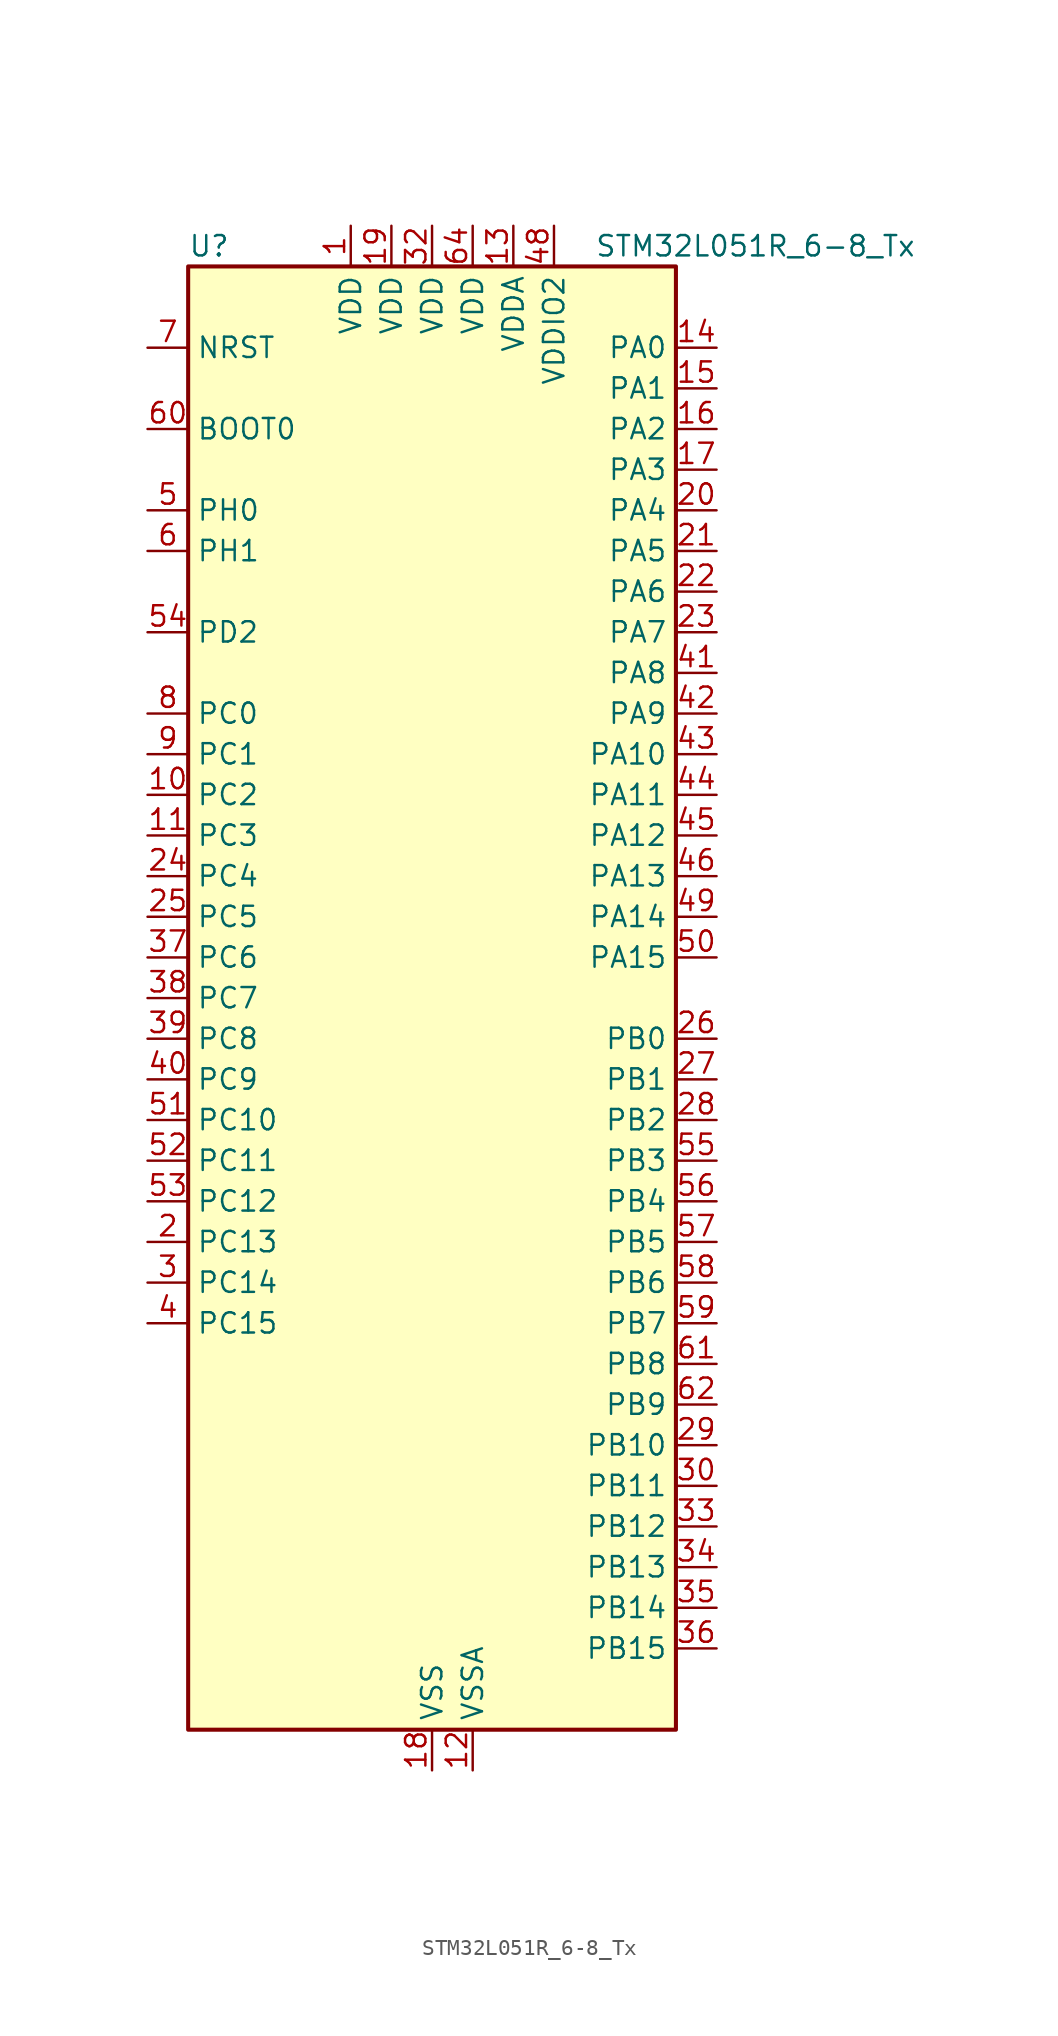
<source format=kicad_sym>
(kicad_symbol_lib
  (version 20241209)
  (generator "kicad_symbol_editor")
  (generator_version "9.0")
  (symbol "STM32L051R_6-8_Tx"
    (property "Reference" "U"
      (at -15.24 46.99 0)
      (effects (font (size 1.27 1.27)) (justify left)))
    (property "Value" "STM32L051R_6-8_Tx"
      (at 10.16 46.99 0)
      (effects (font (size 1.27 1.27)) (justify left)))
    (symbol "STM32L051R_6-8_Tx_0_1"
      (rectangle (start -15.24 -45.72) (end 15.24 45.72) (stroke (width 0.254) (type default)) (fill (type background))))
    (symbol "STM32L051R_6-8_Tx_1_1"
      (pin input line (at -17.78 40.64 0) (length 2.54) (name "NRST" (effects (font (size 1.27 1.27)))) (number "7" (effects (font (size 1.27 1.27)))))
      (pin input line (at -17.78 35.56 0) (length 2.54) (name "BOOT0" (effects (font (size 1.27 1.27)))) (number "60" (effects (font (size 1.27 1.27)))))
      (pin bidirectional line (at -17.78 30.48 0) (length 2.54) (name "PH0" (effects (font (size 1.27 1.27)))) (number "5" (effects (font (size 1.27 1.27)))) (alternate "RCC_OSC_IN" bidirectional line))
      (pin bidirectional line (at -17.78 27.94 0) (length 2.54) (name "PH1" (effects (font (size 1.27 1.27)))) (number "6" (effects (font (size 1.27 1.27)))) (alternate "RCC_OSC_OUT" bidirectional line))
      (pin bidirectional line (at -17.78 22.86 0) (length 2.54) (name "PD2" (effects (font (size 1.27 1.27)))) (number "54" (effects (font (size 1.27 1.27)))) (alternate "LPUART1_DE" bidirectional line) (alternate "LPUART1_RTS" bidirectional line))
      (pin bidirectional line (at -17.78 17.78 0) (length 2.54) (name "PC0" (effects (font (size 1.27 1.27)))) (number "8" (effects (font (size 1.27 1.27)))) (alternate "ADC_IN10" bidirectional line) (alternate "LPTIM1_IN1" bidirectional line))
      (pin bidirectional line (at -17.78 15.24 0) (length 2.54) (name "PC1" (effects (font (size 1.27 1.27)))) (number "9" (effects (font (size 1.27 1.27)))) (alternate "ADC_IN11" bidirectional line) (alternate "LPTIM1_OUT" bidirectional line))
      (pin bidirectional line (at -17.78 12.7 0) (length 2.54) (name "PC2" (effects (font (size 1.27 1.27)))) (number "10" (effects (font (size 1.27 1.27)))) (alternate "ADC_IN12" bidirectional line) (alternate "I2S2_MCK" bidirectional line) (alternate "LPTIM1_IN2" bidirectional line) (alternate "SPI2_MISO" bidirectional line))
      (pin bidirectional line (at -17.78 10.16 0) (length 2.54) (name "PC3" (effects (font (size 1.27 1.27)))) (number "11" (effects (font (size 1.27 1.27)))) (alternate "ADC_IN13" bidirectional line) (alternate "I2S2_SD" bidirectional line) (alternate "LPTIM1_ETR" bidirectional line) (alternate "SPI2_MOSI" bidirectional line))
      (pin bidirectional line (at -17.78 7.62 0) (length 2.54) (name "PC4" (effects (font (size 1.27 1.27)))) (number "24" (effects (font (size 1.27 1.27)))) (alternate "ADC_IN14" bidirectional line) (alternate "LPUART1_TX" bidirectional line))
      (pin bidirectional line (at -17.78 5.08 0) (length 2.54) (name "PC5" (effects (font (size 1.27 1.27)))) (number "25" (effects (font (size 1.27 1.27)))) (alternate "ADC_IN15" bidirectional line) (alternate "LPUART1_RX" bidirectional line))
      (pin bidirectional line (at -17.78 2.54 0) (length 2.54) (name "PC6" (effects (font (size 1.27 1.27)))) (number "37" (effects (font (size 1.27 1.27)))) (alternate "TIM22_CH1" bidirectional line))
      (pin bidirectional line (at -17.78 0 0) (length 2.54) (name "PC7" (effects (font (size 1.27 1.27)))) (number "38" (effects (font (size 1.27 1.27)))) (alternate "TIM22_CH2" bidirectional line))
      (pin bidirectional line (at -17.78 -2.54 0) (length 2.54) (name "PC8" (effects (font (size 1.27 1.27)))) (number "39" (effects (font (size 1.27 1.27)))) (alternate "TIM22_ETR" bidirectional line))
      (pin bidirectional line (at -17.78 -5.08 0) (length 2.54) (name "PC9" (effects (font (size 1.27 1.27)))) (number "40" (effects (font (size 1.27 1.27)))) (alternate "TIM21_ETR" bidirectional line))
      (pin bidirectional line (at -17.78 -7.62 0) (length 2.54) (name "PC10" (effects (font (size 1.27 1.27)))) (number "51" (effects (font (size 1.27 1.27)))) (alternate "LPUART1_TX" bidirectional line))
      (pin bidirectional line (at -17.78 -10.16 0) (length 2.54) (name "PC11" (effects (font (size 1.27 1.27)))) (number "52" (effects (font (size 1.27 1.27)))) (alternate "ADC_EXTI11" bidirectional line) (alternate "LPUART1_RX" bidirectional line))
      (pin bidirectional line (at -17.78 -12.7 0) (length 2.54) (name "PC12" (effects (font (size 1.27 1.27)))) (number "53" (effects (font (size 1.27 1.27)))))
      (pin bidirectional line (at -17.78 -15.24 0) (length 2.54) (name "PC13" (effects (font (size 1.27 1.27)))) (number "2" (effects (font (size 1.27 1.27)))) (alternate "RTC_OUT_ALARM" bidirectional line) (alternate "RTC_OUT_CALIB" bidirectional line) (alternate "RTC_TAMP1" bidirectional line) (alternate "RTC_TS" bidirectional line) (alternate "SYS_WKUP2" bidirectional line))
      (pin bidirectional line (at -17.78 -17.78 0) (length 2.54) (name "PC14" (effects (font (size 1.27 1.27)))) (number "3" (effects (font (size 1.27 1.27)))) (alternate "RCC_OSC32_IN" bidirectional line))
      (pin bidirectional line (at -17.78 -20.32 0) (length 2.54) (name "PC15" (effects (font (size 1.27 1.27)))) (number "4" (effects (font (size 1.27 1.27)))) (alternate "RCC_OSC32_OUT" bidirectional line))
      (pin power_in line (at -5.08 48.26 270) (length 2.54) (name "VDD" (effects (font (size 1.27 1.27)))) (number "1" (effects (font (size 1.27 1.27)))))
      (pin power_in line (at -2.54 48.26 270) (length 2.54) (name "VDD" (effects (font (size 1.27 1.27)))) (number "19" (effects (font (size 1.27 1.27)))))
      (pin power_in line (at 0 48.26 270) (length 2.54) (name "VDD" (effects (font (size 1.27 1.27)))) (number "32" (effects (font (size 1.27 1.27)))))
      (pin power_in line (at 0 -48.26 90) (length 2.54) (name "VSS" (effects (font (size 1.27 1.27)))) (number "18" (effects (font (size 1.27 1.27)))))
      (pin passive line (at 0 -48.26 90) (length 2.54) (hide yes) (name "VSS" (effects (font (size 1.27 1.27)))) (number "31" (effects (font (size 1.27 1.27)))))
      (pin passive line (at 0 -48.26 90) (length 2.54) (hide yes) (name "VSS" (effects (font (size 1.27 1.27)))) (number "47" (effects (font (size 1.27 1.27)))))
      (pin passive line (at 0 -48.26 90) (length 2.54) (hide yes) (name "VSS" (effects (font (size 1.27 1.27)))) (number "63" (effects (font (size 1.27 1.27)))))
      (pin power_in line (at 2.54 48.26 270) (length 2.54) (name "VDD" (effects (font (size 1.27 1.27)))) (number "64" (effects (font (size 1.27 1.27)))))
      (pin power_in line (at 2.54 -48.26 90) (length 2.54) (name "VSSA" (effects (font (size 1.27 1.27)))) (number "12" (effects (font (size 1.27 1.27)))))
      (pin power_in line (at 5.08 48.26 270) (length 2.54) (name "VDDA" (effects (font (size 1.27 1.27)))) (number "13" (effects (font (size 1.27 1.27)))))
      (pin power_in line (at 7.62 48.26 270) (length 2.54) (name "VDDIO2" (effects (font (size 1.27 1.27)))) (number "48" (effects (font (size 1.27 1.27)))))
      (pin bidirectional line (at 17.78 40.64 180) (length 2.54) (name "PA0" (effects (font (size 1.27 1.27)))) (number "14" (effects (font (size 1.27 1.27)))) (alternate "ADC_IN0" bidirectional line) (alternate "COMP1_INM" bidirectional line) (alternate "COMP1_OUT" bidirectional line) (alternate "RTC_TAMP2" bidirectional line) (alternate "SYS_WKUP1" bidirectional line) (alternate "TIM2_CH1" bidirectional line) (alternate "TIM2_ETR" bidirectional line) (alternate "USART2_CTS" bidirectional line))
      (pin bidirectional line (at 17.78 38.1 180) (length 2.54) (name "PA1" (effects (font (size 1.27 1.27)))) (number "15" (effects (font (size 1.27 1.27)))) (alternate "ADC_IN1" bidirectional line) (alternate "COMP1_INP" bidirectional line) (alternate "TIM21_ETR" bidirectional line) (alternate "TIM2_CH2" bidirectional line) (alternate "USART2_DE" bidirectional line) (alternate "USART2_RTS" bidirectional line))
      (pin bidirectional line (at 17.78 35.56 180) (length 2.54) (name "PA2" (effects (font (size 1.27 1.27)))) (number "16" (effects (font (size 1.27 1.27)))) (alternate "ADC_IN2" bidirectional line) (alternate "COMP2_INM" bidirectional line) (alternate "COMP2_OUT" bidirectional line) (alternate "TIM21_CH1" bidirectional line) (alternate "TIM2_CH3" bidirectional line) (alternate "USART2_TX" bidirectional line))
      (pin bidirectional line (at 17.78 33.02 180) (length 2.54) (name "PA3" (effects (font (size 1.27 1.27)))) (number "17" (effects (font (size 1.27 1.27)))) (alternate "ADC_IN3" bidirectional line) (alternate "COMP2_INP" bidirectional line) (alternate "TIM21_CH2" bidirectional line) (alternate "TIM2_CH4" bidirectional line) (alternate "USART2_RX" bidirectional line))
      (pin bidirectional line (at 17.78 30.48 180) (length 2.54) (name "PA4" (effects (font (size 1.27 1.27)))) (number "20" (effects (font (size 1.27 1.27)))) (alternate "ADC_IN4" bidirectional line) (alternate "COMP1_INM" bidirectional line) (alternate "COMP2_INM" bidirectional line) (alternate "SPI1_NSS" bidirectional line) (alternate "TIM22_ETR" bidirectional line) (alternate "USART2_CK" bidirectional line))
      (pin bidirectional line (at 17.78 27.94 180) (length 2.54) (name "PA5" (effects (font (size 1.27 1.27)))) (number "21" (effects (font (size 1.27 1.27)))) (alternate "ADC_IN5" bidirectional line) (alternate "COMP1_INM" bidirectional line) (alternate "COMP2_INM" bidirectional line) (alternate "SPI1_SCK" bidirectional line) (alternate "TIM2_CH1" bidirectional line) (alternate "TIM2_ETR" bidirectional line))
      (pin bidirectional line (at 17.78 25.4 180) (length 2.54) (name "PA6" (effects (font (size 1.27 1.27)))) (number "22" (effects (font (size 1.27 1.27)))) (alternate "ADC_IN6" bidirectional line) (alternate "COMP1_OUT" bidirectional line) (alternate "LPUART1_CTS" bidirectional line) (alternate "SPI1_MISO" bidirectional line) (alternate "TIM22_CH1" bidirectional line))
      (pin bidirectional line (at 17.78 22.86 180) (length 2.54) (name "PA7" (effects (font (size 1.27 1.27)))) (number "23" (effects (font (size 1.27 1.27)))) (alternate "ADC_IN7" bidirectional line) (alternate "COMP2_OUT" bidirectional line) (alternate "SPI1_MOSI" bidirectional line) (alternate "TIM22_CH2" bidirectional line))
      (pin bidirectional line (at 17.78 20.32 180) (length 2.54) (name "PA8" (effects (font (size 1.27 1.27)))) (number "41" (effects (font (size 1.27 1.27)))) (alternate "RCC_MCO" bidirectional line) (alternate "USART1_CK" bidirectional line))
      (pin bidirectional line (at 17.78 17.78 180) (length 2.54) (name "PA9" (effects (font (size 1.27 1.27)))) (number "42" (effects (font (size 1.27 1.27)))) (alternate "RCC_MCO" bidirectional line) (alternate "USART1_TX" bidirectional line))
      (pin bidirectional line (at 17.78 15.24 180) (length 2.54) (name "PA10" (effects (font (size 1.27 1.27)))) (number "43" (effects (font (size 1.27 1.27)))) (alternate "USART1_RX" bidirectional line))
      (pin bidirectional line (at 17.78 12.7 180) (length 2.54) (name "PA11" (effects (font (size 1.27 1.27)))) (number "44" (effects (font (size 1.27 1.27)))) (alternate "ADC_EXTI11" bidirectional line) (alternate "COMP1_OUT" bidirectional line) (alternate "SPI1_MISO" bidirectional line) (alternate "USART1_CTS" bidirectional line))
      (pin bidirectional line (at 17.78 10.16 180) (length 2.54) (name "PA12" (effects (font (size 1.27 1.27)))) (number "45" (effects (font (size 1.27 1.27)))) (alternate "COMP2_OUT" bidirectional line) (alternate "SPI1_MOSI" bidirectional line) (alternate "USART1_DE" bidirectional line) (alternate "USART1_RTS" bidirectional line))
      (pin bidirectional line (at 17.78 7.62 180) (length 2.54) (name "PA13" (effects (font (size 1.27 1.27)))) (number "46" (effects (font (size 1.27 1.27)))) (alternate "SYS_SWDIO" bidirectional line))
      (pin bidirectional line (at 17.78 5.08 180) (length 2.54) (name "PA14" (effects (font (size 1.27 1.27)))) (number "49" (effects (font (size 1.27 1.27)))) (alternate "SYS_SWCLK" bidirectional line) (alternate "USART2_TX" bidirectional line))
      (pin bidirectional line (at 17.78 2.54 180) (length 2.54) (name "PA15" (effects (font (size 1.27 1.27)))) (number "50" (effects (font (size 1.27 1.27)))) (alternate "SPI1_NSS" bidirectional line) (alternate "TIM2_CH1" bidirectional line) (alternate "TIM2_ETR" bidirectional line) (alternate "USART2_RX" bidirectional line))
      (pin bidirectional line (at 17.78 -2.54 180) (length 2.54) (name "PB0" (effects (font (size 1.27 1.27)))) (number "26" (effects (font (size 1.27 1.27)))) (alternate "ADC_IN8" bidirectional line) (alternate "SYS_VREF_OUT_PB0" bidirectional line))
      (pin bidirectional line (at 17.78 -5.08 180) (length 2.54) (name "PB1" (effects (font (size 1.27 1.27)))) (number "27" (effects (font (size 1.27 1.27)))) (alternate "ADC_IN9" bidirectional line) (alternate "LPUART1_DE" bidirectional line) (alternate "LPUART1_RTS" bidirectional line) (alternate "SYS_VREF_OUT_PB1" bidirectional line))
      (pin bidirectional line (at 17.78 -7.62 180) (length 2.54) (name "PB2" (effects (font (size 1.27 1.27)))) (number "28" (effects (font (size 1.27 1.27)))) (alternate "LPTIM1_OUT" bidirectional line))
      (pin bidirectional line (at 17.78 -10.16 180) (length 2.54) (name "PB3" (effects (font (size 1.27 1.27)))) (number "55" (effects (font (size 1.27 1.27)))) (alternate "COMP2_INM" bidirectional line) (alternate "SPI1_SCK" bidirectional line) (alternate "TIM2_CH2" bidirectional line))
      (pin bidirectional line (at 17.78 -12.7 180) (length 2.54) (name "PB4" (effects (font (size 1.27 1.27)))) (number "56" (effects (font (size 1.27 1.27)))) (alternate "COMP2_INP" bidirectional line) (alternate "SPI1_MISO" bidirectional line) (alternate "TIM22_CH1" bidirectional line))
      (pin bidirectional line (at 17.78 -15.24 180) (length 2.54) (name "PB5" (effects (font (size 1.27 1.27)))) (number "57" (effects (font (size 1.27 1.27)))) (alternate "COMP2_INP" bidirectional line) (alternate "I2C1_SMBA" bidirectional line) (alternate "LPTIM1_IN1" bidirectional line) (alternate "SPI1_MOSI" bidirectional line) (alternate "TIM22_CH2" bidirectional line))
      (pin bidirectional line (at 17.78 -17.78 180) (length 2.54) (name "PB6" (effects (font (size 1.27 1.27)))) (number "58" (effects (font (size 1.27 1.27)))) (alternate "COMP2_INP" bidirectional line) (alternate "I2C1_SCL" bidirectional line) (alternate "LPTIM1_ETR" bidirectional line) (alternate "USART1_TX" bidirectional line))
      (pin bidirectional line (at 17.78 -20.32 180) (length 2.54) (name "PB7" (effects (font (size 1.27 1.27)))) (number "59" (effects (font (size 1.27 1.27)))) (alternate "COMP2_INP" bidirectional line) (alternate "I2C1_SDA" bidirectional line) (alternate "LPTIM1_IN2" bidirectional line) (alternate "SYS_PVD_IN" bidirectional line) (alternate "USART1_RX" bidirectional line))
      (pin bidirectional line (at 17.78 -22.86 180) (length 2.54) (name "PB8" (effects (font (size 1.27 1.27)))) (number "61" (effects (font (size 1.27 1.27)))) (alternate "I2C1_SCL" bidirectional line))
      (pin bidirectional line (at 17.78 -25.4 180) (length 2.54) (name "PB9" (effects (font (size 1.27 1.27)))) (number "62" (effects (font (size 1.27 1.27)))) (alternate "I2C1_SDA" bidirectional line) (alternate "I2S2_WS" bidirectional line) (alternate "SPI2_NSS" bidirectional line))
      (pin bidirectional line (at 17.78 -27.94 180) (length 2.54) (name "PB10" (effects (font (size 1.27 1.27)))) (number "29" (effects (font (size 1.27 1.27)))) (alternate "I2C2_SCL" bidirectional line) (alternate "LPUART1_TX" bidirectional line) (alternate "SPI2_SCK" bidirectional line) (alternate "TIM2_CH3" bidirectional line))
      (pin bidirectional line (at 17.78 -30.48 180) (length 2.54) (name "PB11" (effects (font (size 1.27 1.27)))) (number "30" (effects (font (size 1.27 1.27)))) (alternate "ADC_EXTI11" bidirectional line) (alternate "I2C2_SDA" bidirectional line) (alternate "LPUART1_RX" bidirectional line) (alternate "TIM2_CH4" bidirectional line))
      (pin bidirectional line (at 17.78 -33.02 180) (length 2.54) (name "PB12" (effects (font (size 1.27 1.27)))) (number "33" (effects (font (size 1.27 1.27)))) (alternate "I2S2_WS" bidirectional line) (alternate "LPUART1_DE" bidirectional line) (alternate "LPUART1_RTS" bidirectional line) (alternate "SPI2_NSS" bidirectional line))
      (pin bidirectional line (at 17.78 -35.56 180) (length 2.54) (name "PB13" (effects (font (size 1.27 1.27)))) (number "34" (effects (font (size 1.27 1.27)))) (alternate "I2C2_SCL" bidirectional line) (alternate "I2S2_CK" bidirectional line) (alternate "LPUART1_CTS" bidirectional line) (alternate "SPI2_SCK" bidirectional line) (alternate "TIM21_CH1" bidirectional line))
      (pin bidirectional line (at 17.78 -38.1 180) (length 2.54) (name "PB14" (effects (font (size 1.27 1.27)))) (number "35" (effects (font (size 1.27 1.27)))) (alternate "I2C2_SDA" bidirectional line) (alternate "I2S2_MCK" bidirectional line) (alternate "LPUART1_DE" bidirectional line) (alternate "LPUART1_RTS" bidirectional line) (alternate "RTC_OUT_ALARM" bidirectional line) (alternate "RTC_OUT_CALIB" bidirectional line) (alternate "SPI2_MISO" bidirectional line) (alternate "TIM21_CH2" bidirectional line))
      (pin bidirectional line (at 17.78 -40.64 180) (length 2.54) (name "PB15" (effects (font (size 1.27 1.27)))) (number "36" (effects (font (size 1.27 1.27)))) (alternate "I2S2_SD" bidirectional line) (alternate "RTC_REFIN" bidirectional line) (alternate "SPI2_MOSI" bidirectional line)))))
</source>
